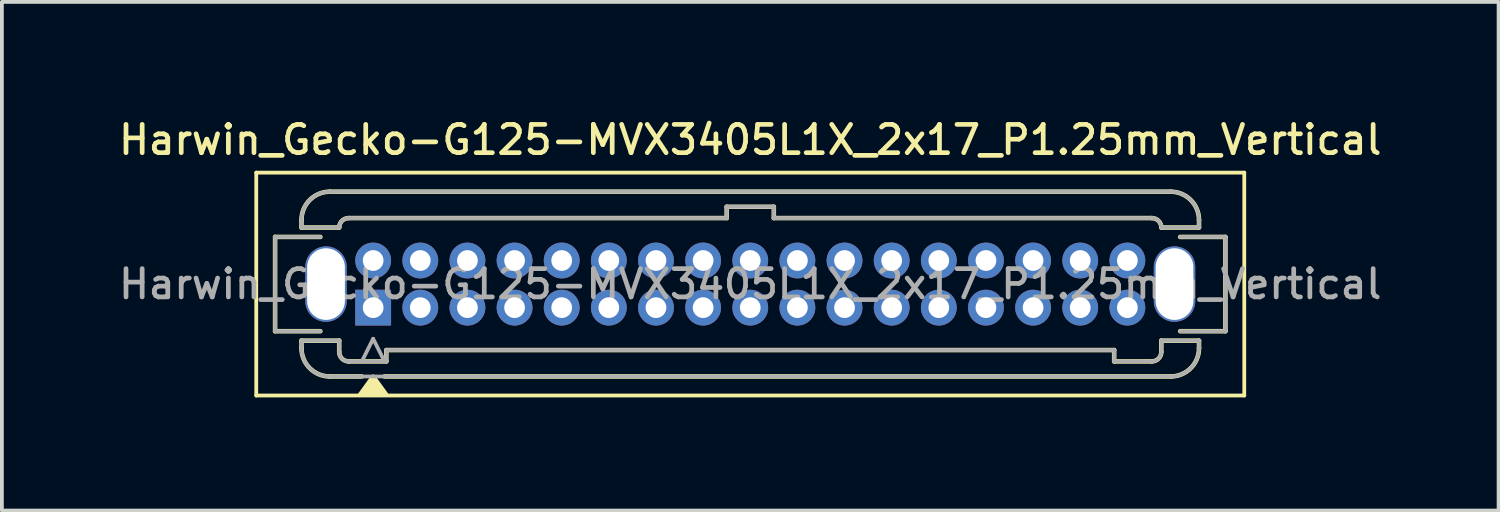
<source format=kicad_pcb>
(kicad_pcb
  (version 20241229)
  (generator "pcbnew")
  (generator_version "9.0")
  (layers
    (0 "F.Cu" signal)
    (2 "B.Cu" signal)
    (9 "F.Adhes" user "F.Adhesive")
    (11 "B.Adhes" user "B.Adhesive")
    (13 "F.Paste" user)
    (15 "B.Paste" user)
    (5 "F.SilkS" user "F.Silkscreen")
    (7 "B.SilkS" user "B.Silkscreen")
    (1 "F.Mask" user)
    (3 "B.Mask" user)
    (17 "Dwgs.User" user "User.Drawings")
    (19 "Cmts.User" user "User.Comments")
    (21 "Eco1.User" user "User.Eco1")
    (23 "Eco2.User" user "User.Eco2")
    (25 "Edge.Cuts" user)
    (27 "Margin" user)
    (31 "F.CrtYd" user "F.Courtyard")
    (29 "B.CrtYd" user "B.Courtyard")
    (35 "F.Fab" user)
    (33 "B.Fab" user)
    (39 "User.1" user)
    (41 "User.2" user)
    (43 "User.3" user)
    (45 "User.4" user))
  (footprint "Harwin_Gecko-G125-MVX3405L1X_2x17_P1.25mm_Vertical"
    (layer "F.Cu")
    (at 6.845 5.108)
    (property "Reference" "Harwin_Gecko-G125-MVX3405L1X_2x17_P1.25mm_Vertical" (at 10 -4.45 0) (layer "F.SilkS") (effects (font (size 0.75 0.75) (thickness 0.125))))
    (attr through_hole)
    (fp_line (start -3.1 -3.58) (end -3.1 2.33) (stroke (width 0.1) (type solid)) (layer "F.SilkS"))
    (fp_line (start -3.1 2.33) (end 23.1 2.33) (stroke (width 0.1) (type solid)) (layer "F.SilkS"))
    (fp_line (start -2.6 -1.875) (end -2.6 0.625) (stroke (width 0.12) (type solid)) (layer "F.SilkS"))
    (fp_line (start -2.6 0.625) (end -1.4 0.625) (stroke (width 0.12) (type solid)) (layer "F.SilkS"))
    (fp_line (start -1.9 -2.325) (end -1.9 -2.125) (stroke (width 0.12) (type solid)) (layer "F.SilkS"))
    (fp_line (start -1.9 -2.125) (end -0.9 -2.125) (stroke (width 0.12) (type solid)) (layer "F.SilkS"))
    (fp_line (start -1.9 0.875) (end -0.9 0.875) (stroke (width 0.12) (type solid)) (layer "F.SilkS"))
    (fp_line (start -1.9 1.075) (end -1.9 0.875) (stroke (width 0.12) (type solid)) (layer "F.SilkS"))
    (fp_line (start -1.4 -1.875) (end -2.6 -1.875) (stroke (width 0.12) (type solid)) (layer "F.SilkS"))
    (fp_line (start -1.15 -3.075) (end 21.15 -3.075) (stroke (width 0.12) (type solid)) (layer "F.SilkS"))
    (fp_line (start -1.15 1.825) (end -0.3 1.825) (stroke (width 0.12) (type solid)) (layer "F.SilkS"))
    (fp_line (start -0.9 1.175) (end -0.9 0.875) (stroke (width 0.12) (type solid)) (layer "F.SilkS"))
    (fp_line (start -0.65 -2.375) (end 9.375 -2.375) (stroke (width 0.12) (type solid)) (layer "F.SilkS"))
    (fp_line (start -0.65 1.425) (end 0.35 1.425) (stroke (width 0.12) (type solid)) (layer "F.SilkS"))
    (fp_line (start 0.3 1.825) (end 21.15 1.825) (stroke (width 0.12) (type solid)) (layer "F.SilkS"))
    (fp_line (start 0.35 1.125) (end 19.65 1.125) (stroke (width 0.12) (type solid)) (layer "F.SilkS"))
    (fp_line (start 0.35 1.425) (end 0.35 1.125) (stroke (width 0.12) (type solid)) (layer "F.SilkS"))
    (fp_line (start 9.375 -2.675) (end 10.625 -2.675) (stroke (width 0.12) (type solid)) (layer "F.SilkS"))
    (fp_line (start 9.375 -2.375) (end 9.375 -2.675) (stroke (width 0.12) (type solid)) (layer "F.SilkS"))
    (fp_line (start 10.625 -2.675) (end 10.625 -2.375) (stroke (width 0.12) (type solid)) (layer "F.SilkS"))
    (fp_line (start 10.625 -2.375) (end 20.65 -2.375) (stroke (width 0.12) (type solid)) (layer "F.SilkS"))
    (fp_line (start 19.65 1.125) (end 19.65 1.425) (stroke (width 0.12) (type solid)) (layer "F.SilkS"))
    (fp_line (start 19.65 1.425) (end 20.65 1.425) (stroke (width 0.12) (type solid)) (layer "F.SilkS"))
    (fp_line (start 20.9 1.175) (end 20.9 0.875) (stroke (width 0.12) (type solid)) (layer "F.SilkS"))
    (fp_line (start 21.4 -1.875) (end 22.6 -1.875) (stroke (width 0.12) (type solid)) (layer "F.SilkS"))
    (fp_line (start 21.9 -2.325) (end 21.9 -2.125) (stroke (width 0.12) (type solid)) (layer "F.SilkS"))
    (fp_line (start 21.9 -2.125) (end 20.9 -2.125) (stroke (width 0.12) (type solid)) (layer "F.SilkS"))
    (fp_line (start 21.9 0.875) (end 20.9 0.875) (stroke (width 0.12) (type solid)) (layer "F.SilkS"))
    (fp_line (start 21.9 1.075) (end 21.9 0.875) (stroke (width 0.12) (type solid)) (layer "F.SilkS"))
    (fp_line (start 22.6 -1.875) (end 22.6 0.625) (stroke (width 0.12) (type solid)) (layer "F.SilkS"))
    (fp_line (start 22.6 0.625) (end 21.4 0.625) (stroke (width 0.12) (type solid)) (layer "F.SilkS"))
    (fp_line (start 23.1 -3.58) (end -3.1 -3.58) (stroke (width 0.1) (type solid)) (layer "F.SilkS"))
    (fp_line (start 23.1 -3.58) (end 23.1 2.33) (stroke (width 0.1) (type solid)) (layer "F.SilkS"))
    (fp_arc (start -1.9 -2.325) (mid -1.68033 -2.85533) (end -1.15 -3.075) (stroke (width 0.12) (type solid)) (layer "F.SilkS"))
    (fp_arc (start -1.15 1.825) (mid -1.68033 1.60533) (end -1.9 1.075) (stroke (width 0.12) (type solid)) (layer "F.SilkS"))
    (fp_arc (start -0.9 -2.125) (mid -0.826777 -2.301777) (end -0.65 -2.375) (stroke (width 0.12) (type solid)) (layer "F.SilkS"))
    (fp_arc (start -0.65 1.425) (mid -0.826777 1.351777) (end -0.9 1.175) (stroke (width 0.12) (type solid)) (layer "F.SilkS"))
    (fp_arc (start 20.65 -2.375) (mid 20.826777 -2.301777) (end 20.9 -2.125) (stroke (width 0.12) (type solid)) (layer "F.SilkS"))
    (fp_arc (start 20.9 1.175) (mid 20.826777 1.351777) (end 20.65 1.425) (stroke (width 0.12) (type solid)) (layer "F.SilkS"))
    (fp_arc (start 21.15 -3.075) (mid 21.68033 -2.85533) (end 21.9 -2.325) (stroke (width 0.12) (type solid)) (layer "F.SilkS"))
    (fp_arc (start 21.9 1.075) (mid 21.68033 1.60533) (end 21.15 1.825) (stroke (width 0.12) (type solid)) (layer "F.SilkS"))
    (fp_poly (pts (xy 0 1.83) (xy -0.34 2.3) (xy 0.34 2.3) (xy 0 1.83)) (stroke (width 0.12) (type solid)) (fill yes) (layer "F.SilkS"))
    (fp_line (start -2.6 -1.875) (end -2.6 0.625) (stroke (width 0.1) (type solid)) (layer "F.Fab"))
    (fp_line (start -2.6 0.625) (end -1.4 0.625) (stroke (width 0.1) (type solid)) (layer "F.Fab"))
    (fp_line (start -1.9 -2.325) (end -1.9 -2.125) (stroke (width 0.1) (type solid)) (layer "F.Fab"))
    (fp_line (start -1.9 -2.125) (end -0.9 -2.125) (stroke (width 0.1) (type solid)) (layer "F.Fab"))
    (fp_line (start -1.9 0.875) (end -0.9 0.875) (stroke (width 0.1) (type solid)) (layer "F.Fab"))
    (fp_line (start -1.9 1.075) (end -1.9 0.875) (stroke (width 0.1) (type solid)) (layer "F.Fab"))
    (fp_line (start -1.4 -1.875) (end -2.6 -1.875) (stroke (width 0.1) (type solid)) (layer "F.Fab"))
    (fp_line (start -1.15 -3.075) (end 21.15 -3.075) (stroke (width 0.1) (type solid)) (layer "F.Fab"))
    (fp_line (start -1.15 1.825) (end 21.15 1.825) (stroke (width 0.1) (type solid)) (layer "F.Fab"))
    (fp_line (start -0.9 1.175) (end -0.9 0.875) (stroke (width 0.1) (type solid)) (layer "F.Fab"))
    (fp_line (start -0.65 -2.375) (end 9.375 -2.375) (stroke (width 0.1) (type solid)) (layer "F.Fab"))
    (fp_line (start -0.65 1.425) (end 0.35 1.425) (stroke (width 0.1) (type solid)) (layer "F.Fab"))
    (fp_line (start 0 0.825) (end -0.3 1.425) (stroke (width 0.1) (type solid)) (layer "F.Fab"))
    (fp_line (start 0.3 1.425) (end 0 0.825) (stroke (width 0.1) (type solid)) (layer "F.Fab"))
    (fp_line (start 0.35 1.125) (end 19.65 1.125) (stroke (width 0.1) (type solid)) (layer "F.Fab"))
    (fp_line (start 0.35 1.425) (end 0.35 1.125) (stroke (width 0.1) (type solid)) (layer "F.Fab"))
    (fp_line (start 9.375 -2.675) (end 10.625 -2.675) (stroke (width 0.1) (type solid)) (layer "F.Fab"))
    (fp_line (start 9.375 -2.375) (end 9.375 -2.675) (stroke (width 0.1) (type solid)) (layer "F.Fab"))
    (fp_line (start 10.625 -2.675) (end 10.625 -2.375) (stroke (width 0.1) (type solid)) (layer "F.Fab"))
    (fp_line (start 10.625 -2.375) (end 20.65 -2.375) (stroke (width 0.1) (type solid)) (layer "F.Fab"))
    (fp_line (start 19.65 1.125) (end 19.65 1.425) (stroke (width 0.1) (type solid)) (layer "F.Fab"))
    (fp_line (start 19.65 1.425) (end 20.65 1.425) (stroke (width 0.1) (type solid)) (layer "F.Fab"))
    (fp_line (start 20.9 1.175) (end 20.9 0.875) (stroke (width 0.1) (type solid)) (layer "F.Fab"))
    (fp_line (start 21.4 -1.875) (end 22.6 -1.875) (stroke (width 0.1) (type solid)) (layer "F.Fab"))
    (fp_line (start 21.9 -2.325) (end 21.9 -2.125) (stroke (width 0.1) (type solid)) (layer "F.Fab"))
    (fp_line (start 21.9 -2.125) (end 20.9 -2.125) (stroke (width 0.1) (type solid)) (layer "F.Fab"))
    (fp_line (start 21.9 0.875) (end 20.9 0.875) (stroke (width 0.1) (type solid)) (layer "F.Fab"))
    (fp_line (start 21.9 1.075) (end 21.9 0.875) (stroke (width 0.1) (type solid)) (layer "F.Fab"))
    (fp_line (start 22.6 -1.875) (end 22.6 0.625) (stroke (width 0.1) (type solid)) (layer "F.Fab"))
    (fp_line (start 22.6 0.625) (end 21.4 0.625) (stroke (width 0.1) (type solid)) (layer "F.Fab"))
    (fp_arc (start -1.9 -2.325) (mid -1.68033 -2.85533) (end -1.15 -3.075) (stroke (width 0.1) (type solid)) (layer "F.Fab"))
    (fp_arc (start -1.15 1.825) (mid -1.68033 1.60533) (end -1.9 1.075) (stroke (width 0.1) (type solid)) (layer "F.Fab"))
    (fp_arc (start -0.9 -2.125) (mid -0.826777 -2.301777) (end -0.65 -2.375) (stroke (width 0.1) (type solid)) (layer "F.Fab"))
    (fp_arc (start -0.65 1.425) (mid -0.826777 1.351777) (end -0.9 1.175) (stroke (width 0.1) (type solid)) (layer "F.Fab"))
    (fp_arc (start 20.65 -2.375) (mid 20.826777 -2.301777) (end 20.9 -2.125) (stroke (width 0.1) (type solid)) (layer "F.Fab"))
    (fp_arc (start 20.9 1.175) (mid 20.826777 1.351777) (end 20.65 1.425) (stroke (width 0.1) (type solid)) (layer "F.Fab"))
    (fp_arc (start 21.15 -3.075) (mid 21.68033 -2.85533) (end 21.9 -2.325) (stroke (width 0.1) (type solid)) (layer "F.Fab"))
    (fp_arc (start 21.9 1.075) (mid 21.68033 1.60533) (end 21.15 1.825) (stroke (width 0.1) (type solid)) (layer "F.Fab"))
    (fp_text user "${REFERENCE}" (at 10 -0.625 0) (layer "F.Fab") (effects (font (size 0.75 0.75) (thickness 0.125))))
    (pad "" np_thru_hole oval (at -1.25 -0.625) (size 1.1 2) (drill oval 1 1.9) (layers "*.Cu" "*.Mask"))
    (pad "" np_thru_hole oval (at 21.25 -0.625) (size 1.1 2) (drill oval 1 1.9) (layers "*.Cu" "*.Mask"))
    (pad "1" thru_hole rect (at 0 0) (size 0.95 0.95) (drill 0.55) (layers "*.Cu" "*.Mask"))
    (pad "2" thru_hole circle (at 1.25 0) (size 0.95 0.95) (drill 0.55) (layers "*.Cu" "*.Mask"))
    (pad "3" thru_hole circle (at 2.5 0) (size 0.95 0.95) (drill 0.55) (layers "*.Cu" "*.Mask"))
    (pad "4" thru_hole circle (at 3.75 0) (size 0.95 0.95) (drill 0.55) (layers "*.Cu" "*.Mask"))
    (pad "5" thru_hole circle (at 5 0) (size 0.95 0.95) (drill 0.55) (layers "*.Cu" "*.Mask"))
    (pad "6" thru_hole circle (at 6.25 0) (size 0.95 0.95) (drill 0.55) (layers "*.Cu" "*.Mask"))
    (pad "7" thru_hole circle (at 7.5 0) (size 0.95 0.95) (drill 0.55) (layers "*.Cu" "*.Mask"))
    (pad "8" thru_hole circle (at 8.75 0) (size 0.95 0.95) (drill 0.55) (layers "*.Cu" "*.Mask"))
    (pad "9" thru_hole circle (at 10 0) (size 0.95 0.95) (drill 0.55) (layers "*.Cu" "*.Mask"))
    (pad "10" thru_hole circle (at 11.25 0) (size 0.95 0.95) (drill 0.55) (layers "*.Cu" "*.Mask"))
    (pad "11" thru_hole circle (at 12.5 0) (size 0.95 0.95) (drill 0.55) (layers "*.Cu" "*.Mask"))
    (pad "12" thru_hole circle (at 13.75 0) (size 0.95 0.95) (drill 0.55) (layers "*.Cu" "*.Mask"))
    (pad "13" thru_hole circle (at 15 0) (size 0.95 0.95) (drill 0.55) (layers "*.Cu" "*.Mask"))
    (pad "14" thru_hole circle (at 16.25 0) (size 0.95 0.95) (drill 0.55) (layers "*.Cu" "*.Mask"))
    (pad "15" thru_hole circle (at 17.5 0) (size 0.95 0.95) (drill 0.55) (layers "*.Cu" "*.Mask"))
    (pad "16" thru_hole circle (at 18.75 0) (size 0.95 0.95) (drill 0.55) (layers "*.Cu" "*.Mask"))
    (pad "17" thru_hole circle (at 20 0) (size 0.95 0.95) (drill 0.55) (layers "*.Cu" "*.Mask"))
    (pad "18" thru_hole circle (at 0 -1.25) (size 0.95 0.95) (drill 0.55) (layers "*.Cu" "*.Mask"))
    (pad "19" thru_hole circle (at 1.25 -1.25) (size 0.95 0.95) (drill 0.55) (layers "*.Cu" "*.Mask"))
    (pad "20" thru_hole circle (at 2.5 -1.25) (size 0.95 0.95) (drill 0.55) (layers "*.Cu" "*.Mask"))
    (pad "21" thru_hole circle (at 3.75 -1.25) (size 0.95 0.95) (drill 0.55) (layers "*.Cu" "*.Mask"))
    (pad "22" thru_hole circle (at 5 -1.25) (size 0.95 0.95) (drill 0.55) (layers "*.Cu" "*.Mask"))
    (pad "23" thru_hole circle (at 6.25 -1.25) (size 0.95 0.95) (drill 0.55) (layers "*.Cu" "*.Mask"))
    (pad "24" thru_hole circle (at 7.5 -1.25) (size 0.95 0.95) (drill 0.55) (layers "*.Cu" "*.Mask"))
    (pad "25" thru_hole circle (at 8.75 -1.25) (size 0.95 0.95) (drill 0.55) (layers "*.Cu" "*.Mask"))
    (pad "26" thru_hole circle (at 10 -1.25) (size 0.95 0.95) (drill 0.55) (layers "*.Cu" "*.Mask"))
    (pad "27" thru_hole circle (at 11.25 -1.25) (size 0.95 0.95) (drill 0.55) (layers "*.Cu" "*.Mask"))
    (pad "28" thru_hole circle (at 12.5 -1.25) (size 0.95 0.95) (drill 0.55) (layers "*.Cu" "*.Mask"))
    (pad "29" thru_hole circle (at 13.75 -1.25) (size 0.95 0.95) (drill 0.55) (layers "*.Cu" "*.Mask"))
    (pad "30" thru_hole circle (at 15 -1.25) (size 0.95 0.95) (drill 0.55) (layers "*.Cu" "*.Mask"))
    (pad "31" thru_hole circle (at 16.25 -1.25) (size 0.95 0.95) (drill 0.55) (layers "*.Cu" "*.Mask"))
    (pad "32" thru_hole circle (at 17.5 -1.25) (size 0.95 0.95) (drill 0.55) (layers "*.Cu" "*.Mask"))
    (pad "33" thru_hole circle (at 18.75 -1.25) (size 0.95 0.95) (drill 0.55) (layers "*.Cu" "*.Mask"))
    (pad "34" thru_hole circle (at 20 -1.25) (size 0.95 0.95) (drill 0.55) (layers "*.Cu" "*.Mask")))
  (gr_rect
    (start -3 -3)
    (end 36.689 10.488)
    (stroke (width 0.1) (type default))
    (fill no)
    (layer "Edge.Cuts")))
</source>
